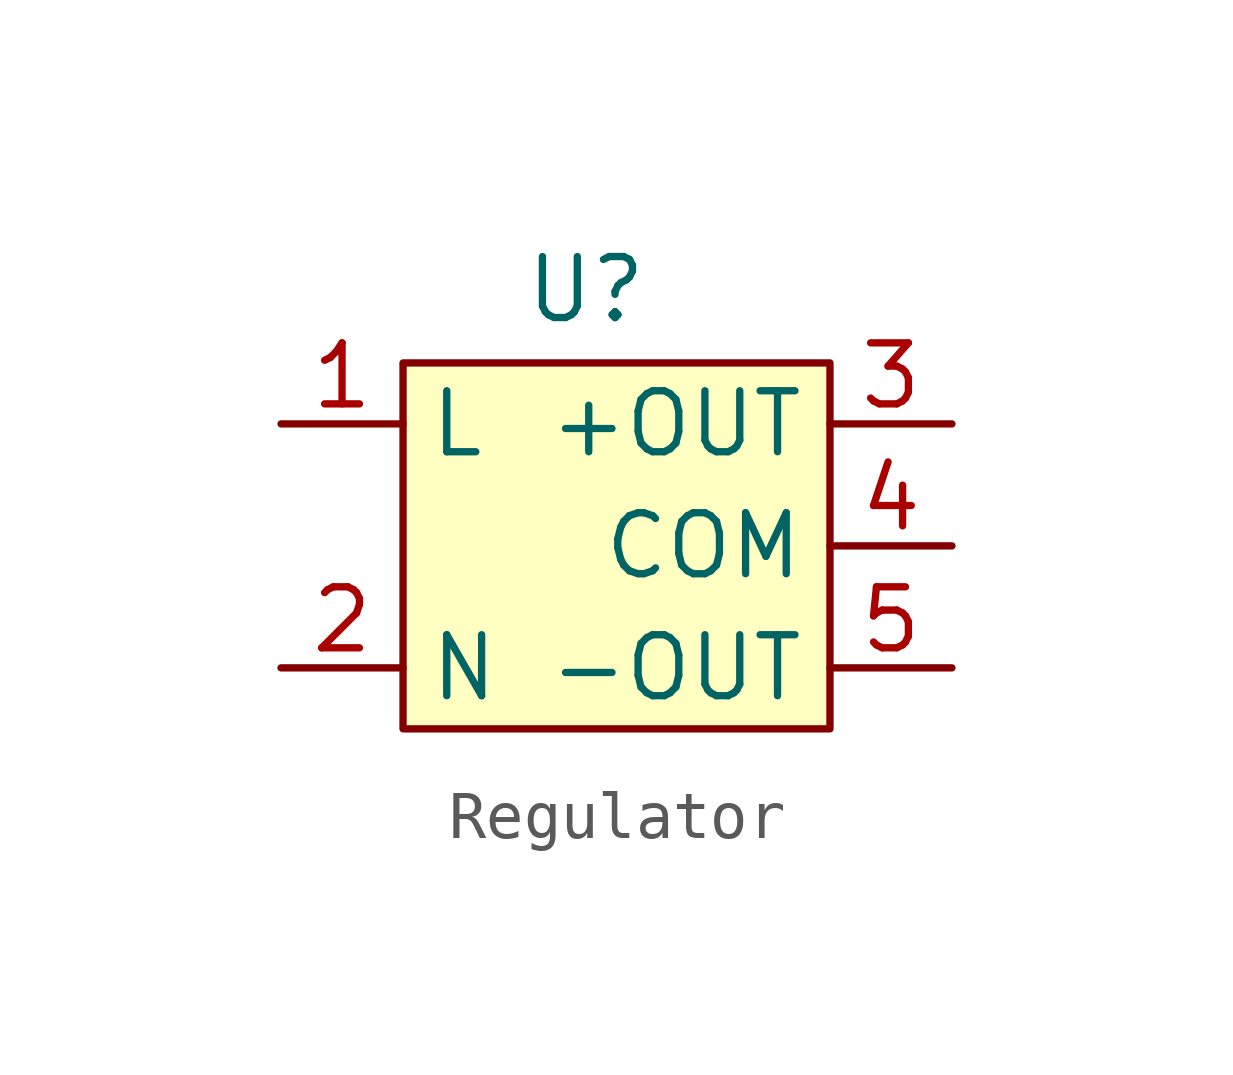
<source format=kicad_sym>
(kicad_symbol_lib
  (version 20231120)
  (generator "kicad_symbol_editor")
  (generator_version "8.0")
  (symbol "Regulator"
    (property "Reference" "U"
      (at 0 2.794 0)
      (effects (font (size 1.27 1.27))))
    (property "Value" ""
      (at -1.27 0 0)
      (effects (font (size 1.27 1.27))))
    (symbol "Regulator_1_1"
      (rectangle (start -3.81 1.27) (end 5.08 -6.35) (stroke (width 0) (type default)) (fill (type background)))
      (pin input line (at -6.35 0 0) (length 2.54) (name "L" (effects (font (size 1.27 1.27)))) (number "1" (effects (font (size 1.27 1.27)))))
      (pin input line (at -6.35 -5.08 0) (length 2.54) (name "N" (effects (font (size 1.27 1.27)))) (number "2" (effects (font (size 1.27 1.27)))))
      (pin output line (at 7.62 0 180) (length 2.54) (name "+OUT" (effects (font (size 1.27 1.27)))) (number "3" (effects (font (size 1.27 1.27)))))
      (pin output line (at 7.62 -2.54 180) (length 2.54) (name "COM" (effects (font (size 1.27 1.27)))) (number "4" (effects (font (size 1.27 1.27)))))
      (pin output line (at 7.62 -5.08 180) (length 2.54) (name "-OUT" (effects (font (size 1.27 1.27)))) (number "5" (effects (font (size 1.27 1.27))))))))
</source>
